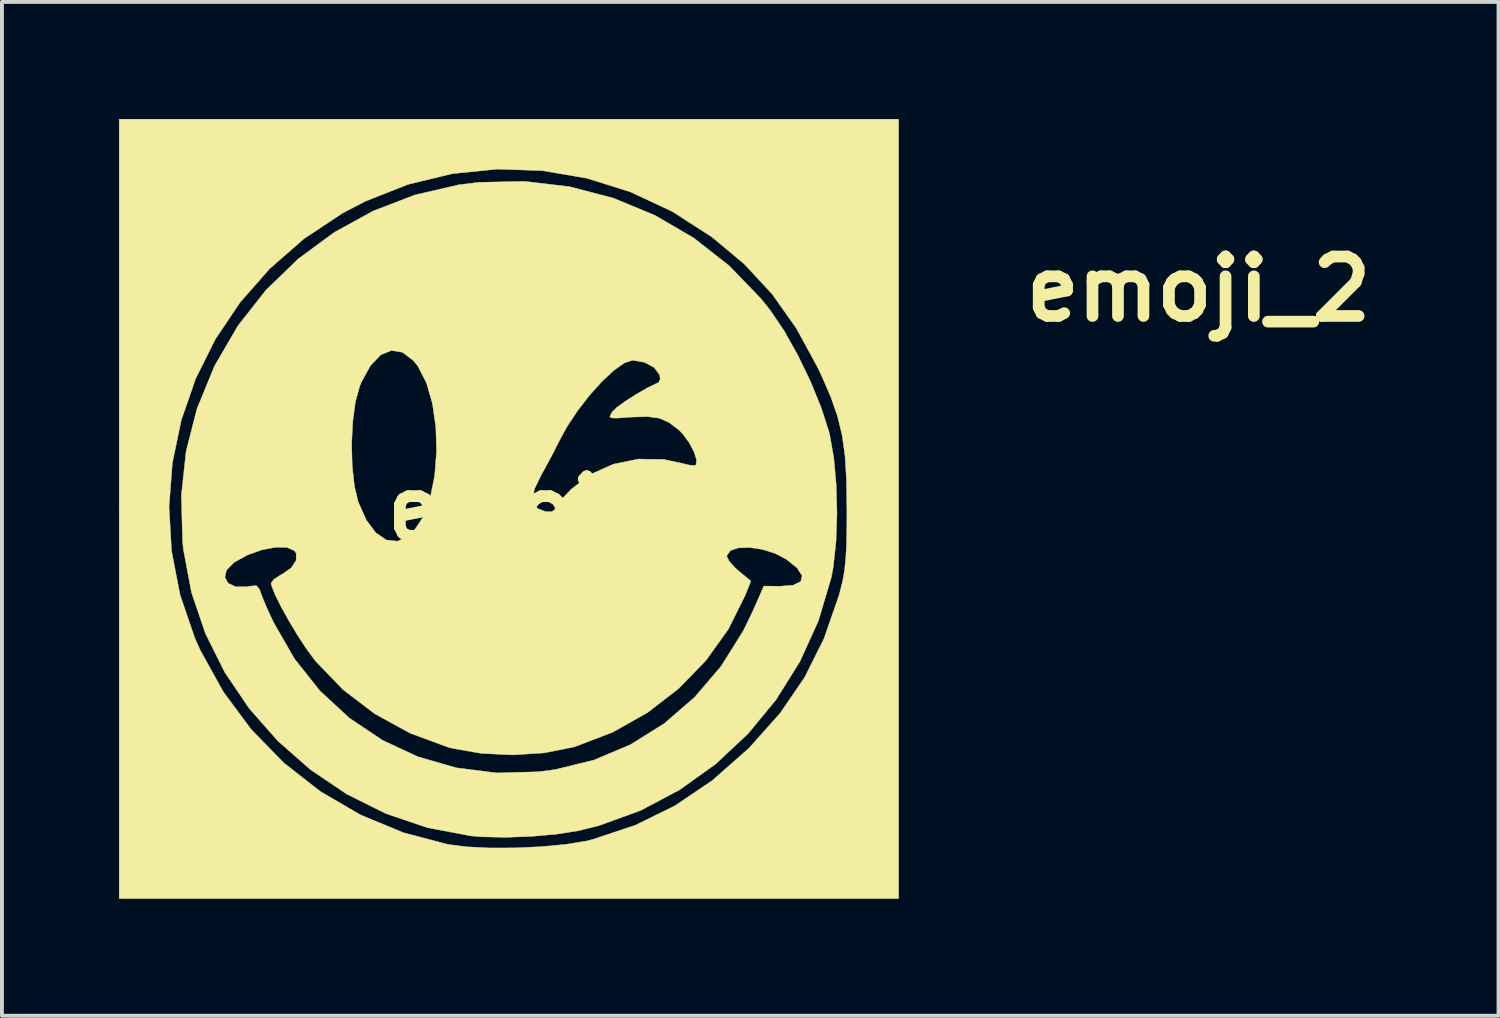
<source format=kicad_pcb>
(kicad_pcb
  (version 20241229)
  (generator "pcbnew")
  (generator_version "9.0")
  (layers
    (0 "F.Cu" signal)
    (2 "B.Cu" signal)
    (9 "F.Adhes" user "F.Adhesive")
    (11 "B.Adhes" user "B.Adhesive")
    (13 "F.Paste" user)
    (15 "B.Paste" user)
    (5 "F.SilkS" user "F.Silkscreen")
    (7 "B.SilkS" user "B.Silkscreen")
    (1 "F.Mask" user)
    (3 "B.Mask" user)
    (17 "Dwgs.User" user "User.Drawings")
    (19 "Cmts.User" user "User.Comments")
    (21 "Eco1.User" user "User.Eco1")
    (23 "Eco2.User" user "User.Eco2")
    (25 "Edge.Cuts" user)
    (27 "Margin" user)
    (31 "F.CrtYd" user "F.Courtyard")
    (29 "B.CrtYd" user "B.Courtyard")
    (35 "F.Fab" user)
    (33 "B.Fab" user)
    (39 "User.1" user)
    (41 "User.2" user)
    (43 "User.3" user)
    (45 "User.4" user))
  (footprint "emoji"
    (layer "F.Cu")
    (at 9.996 9.996)
    (property "Reference" "emoji" (at 0 0 0) (layer "F.SilkS") (effects (font (size 1.524 1.524) (thickness 0.3))))
    (attr through_hole)
    (fp_poly (pts (xy 9.991 9.991) (xy -9.991 9.991) (xy -9.991 -0.052) (xy -8.712 -0.052) (xy -8.648 1.078) (xy -8.43 2.203) (xy -8.053 3.306) (xy -7.913 3.621) (xy -7.32 4.692) (xy -6.601 5.66) (xy -5.767 6.514) (xy -4.832 7.245) (xy -3.806 7.844) (xy -2.701 8.302) (xy -1.566 8.601) (xy -1.086 8.663) (xy -0.492 8.693) (xy 0.162 8.691) (xy 0.825 8.66) (xy 1.445 8.602) (xy 1.97 8.518) (xy 2.137 8.478) (xy 3.238 8.111) (xy 4.256 7.611) (xy 5.21 6.967) (xy 6.118 6.167) (xy 6.184 6.102) (xy 6.958 5.233) (xy 7.583 4.318) (xy 8.078 3.326) (xy 8.46 2.226) (xy 8.487 2.129) (xy 8.556 1.854) (xy 8.605 1.581) (xy 8.637 1.273) (xy 8.656 0.894) (xy 8.665 0.407) (xy 8.666 0) (xy 8.655 -0.738) (xy 8.618 -1.35) (xy 8.545 -1.879) (xy 8.427 -2.369) (xy 8.256 -2.862) (xy 8.023 -3.401) (xy 7.917 -3.624) (xy 7.369 -4.631) (xy 6.751 -5.504) (xy 6.04 -6.272) (xy 5.213 -6.964) (xy 5.209 -6.967) (xy 4.19 -7.623) (xy 3.115 -8.126) (xy 1.999 -8.476) (xy 0.856 -8.671) (xy -0.298 -8.71) (xy -1.449 -8.593) (xy -2.582 -8.319) (xy -3.682 -7.885) (xy -4.258 -7.585) (xy -5.253 -6.926) (xy -6.133 -6.157) (xy -6.892 -5.293) (xy -7.526 -4.348) (xy -8.03 -3.337) (xy -8.398 -2.275) (xy -8.627 -1.175) (xy -8.712 -0.052) (xy -9.991 -0.052) (xy -9.991 -9.991) (xy 9.991 -9.991) (xy 9.991 9.991)) (stroke (width 0.01) (type solid)) (fill yes) (layer "F.SilkS"))
    (fp_poly (pts (xy 1.555 -8.261) (xy 2.674 -7.969) (xy 3.74 -7.528) (xy 4.737 -6.947) (xy 5.651 -6.231) (xy 6.464 -5.388) (xy 6.709 -5.08) (xy 7.059 -4.562) (xy 7.41 -3.936) (xy 7.736 -3.26) (xy 8.009 -2.59) (xy 8.204 -1.984) (xy 8.224 -1.905) (xy 8.33 -1.311) (xy 8.392 -0.616) (xy 8.412 0.122) (xy 8.387 0.842) (xy 8.317 1.487) (xy 8.267 1.756) (xy 7.937 2.867) (xy 7.462 3.914) (xy 6.855 4.885) (xy 6.13 5.766) (xy 5.299 6.543) (xy 4.377 7.203) (xy 3.376 7.733) (xy 2.31 8.12) (xy 1.778 8.252) (xy 1.22 8.34) (xy 0.573 8.397) (xy -0.091 8.421) (xy -0.701 8.407) (xy -0.974 8.384) (xy -2.089 8.173) (xy -3.154 7.812) (xy -4.156 7.313) (xy -5.083 6.688) (xy -5.921 5.952) (xy -6.658 5.116) (xy -7.282 4.193) (xy -7.779 3.197) (xy -8.138 2.14) (xy -8.21 1.756) (xy -7.281 1.756) (xy -7.194 1.909) (xy -6.998 1.999) (xy -6.712 1.996) (xy -6.641 1.981) (xy -6.471 1.968) (xy -6.39 2.065) (xy -6.376 2.11) (xy -6.317 2.273) (xy -6.206 2.536) (xy -6.063 2.846) (xy -6.038 2.9) (xy -5.498 3.842) (xy -4.844 4.665) (xy -4.088 5.363) (xy -3.244 5.929) (xy -2.325 6.357) (xy -1.343 6.639) (xy -0.311 6.769) (xy 0.758 6.74) (xy 1.185 6.683) (xy 2.185 6.438) (xy 3.122 6.041) (xy 3.985 5.501) (xy 4.762 4.829) (xy 5.442 4.033) (xy 6.01 3.124) (xy 6.255 2.619) (xy 6.537 1.978) (xy 6.947 1.984) (xy 7.293 1.955) (xy 7.483 1.861) (xy 7.517 1.712) (xy 7.391 1.517) (xy 7.122 1.298) (xy 6.826 1.142) (xy 6.497 1.039) (xy 6.172 0.991) (xy 5.888 1) (xy 5.681 1.068) (xy 5.59 1.196) (xy 5.588 1.219) (xy 5.649 1.343) (xy 5.804 1.514) (xy 5.896 1.596) (xy 6.204 1.85) (xy 6.059 2.216) (xy 5.627 3.085) (xy 5.052 3.887) (xy 4.354 4.606) (xy 3.553 5.224) (xy 2.668 5.723) (xy 1.718 6.088) (xy 1.634 6.112) (xy 0.906 6.256) (xy 0.103 6.308) (xy -0.707 6.269) (xy -1.455 6.138) (xy -1.562 6.109) (xy -2.531 5.752) (xy -3.436 5.255) (xy -4.251 4.635) (xy -4.949 3.91) (xy -4.998 3.849) (xy -5.203 3.568) (xy -5.426 3.227) (xy -5.645 2.86) (xy -5.841 2.506) (xy -5.994 2.198) (xy -6.082 1.975) (xy -6.096 1.901) (xy -6.027 1.809) (xy -5.855 1.696) (xy -5.807 1.672) (xy -5.58 1.513) (xy -5.454 1.322) (xy -5.452 1.141) (xy -5.498 1.072) (xy -5.69 0.988) (xy -5.984 0.984) (xy -6.335 1.052) (xy -6.702 1.183) (xy -7.041 1.37) (xy -7.048 1.375) (xy -7.239 1.569) (xy -7.281 1.756) (xy -8.21 1.756) (xy -8.345 1.035) (xy -8.365 0.841) (xy -8.397 -0.347) (xy -8.275 -1.476) (xy -8.227 -1.666) (xy -4.031 -1.666) (xy -4.016 -1.096) (xy -3.959 -0.579) (xy -3.864 -0.183) (xy -3.656 0.284) (xy -3.411 0.613) (xy -3.141 0.797) (xy -2.86 0.829) (xy -2.579 0.704) (xy -2.448 0.585) (xy -2.199 0.21) (xy -2.032 -0.241) (xy 0.603 -0.241) (xy 0.675 -0.058) (xy 0.741 -0.007) (xy 0.935 0.068) (xy 1.103 0.073) (xy 1.184 0.008) (xy 1.185 -0.004) (xy 1.241 -0.105) (xy 1.388 -0.284) (xy 1.593 -0.5) (xy 2.092 -0.884) (xy 2.679 -1.146) (xy 3.317 -1.277) (xy 3.969 -1.268) (xy 4.397 -1.177) (xy 4.62 -1.124) (xy 4.769 -1.114) (xy 4.793 -1.124) (xy 4.813 -1.251) (xy 4.747 -1.46) (xy 4.619 -1.702) (xy 4.452 -1.928) (xy 4.354 -2.027) (xy 4.104 -2.216) (xy 3.854 -2.325) (xy 3.55 -2.366) (xy 3.14 -2.353) (xy 3.079 -2.349) (xy 2.786 -2.327) (xy 2.633 -2.33) (xy 2.588 -2.365) (xy 2.622 -2.443) (xy 2.649 -2.486) (xy 2.771 -2.604) (xy 2.997 -2.767) (xy 3.276 -2.945) (xy 3.562 -3.108) (xy 3.806 -3.226) (xy 3.842 -3.24) (xy 3.88 -3.33) (xy 3.862 -3.441) (xy 3.725 -3.623) (xy 3.479 -3.756) (xy 3.181 -3.81) (xy 3.171 -3.81) (xy 2.961 -3.741) (xy 2.691 -3.55) (xy 2.384 -3.264) (xy 2.064 -2.908) (xy 1.755 -2.508) (xy 1.481 -2.091) (xy 1.3 -1.758) (xy 1.124 -1.411) (xy 0.926 -1.041) (xy 0.84 -0.889) (xy 0.658 -0.515) (xy 0.603 -0.241) (xy -2.032 -0.241) (xy -2.017 -0.282) (xy -1.902 -0.857) (xy -1.854 -1.476) (xy -1.873 -2.103) (xy -1.96 -2.701) (xy -2.114 -3.232) (xy -2.335 -3.661) (xy -2.448 -3.802) (xy -2.728 -4.014) (xy -3.01 -4.061) (xy -3.285 -3.948) (xy -3.544 -3.68) (xy -3.776 -3.26) (xy -3.824 -3.145) (xy -3.934 -2.744) (xy -4.003 -2.233) (xy -4.031 -1.666) (xy -8.227 -1.666) (xy -7.996 -2.568) (xy -7.555 -3.643) (xy -7.533 -3.688) (xy -6.945 -4.696) (xy -6.23 -5.606) (xy -5.403 -6.407) (xy -4.479 -7.088) (xy -3.474 -7.64) (xy -2.404 -8.05) (xy -1.283 -8.309) (xy -0.775 -8.372) (xy 0.4 -8.397) (xy 1.555 -8.261)) (stroke (width 0.01) (type solid)) (fill yes) (layer "F.SilkS")))
  (footprint "emoji_2"
    (layer "F.Cu")
    (at 27.68 4.361)
    (property "Reference" "emoji_2" (at 0 0 0) (layer "F.SilkS") (effects (font (size 1.524 1.524) (thickness 0.3))))
    (attr through_hole)
    (fp_poly (pts (xy -1.287 -1.962) (xy -1.172 -1.838) (xy -1.073 -1.656) (xy -0.996 -1.421) (xy -0.945 -1.137) (xy -0.927 -0.808) (xy -0.927 -0.804) (xy -0.944 -0.487) (xy -0.992 -0.207) (xy -1.066 0.03) (xy -1.162 0.216) (xy -1.275 0.347) (xy -1.4 0.415) (xy -1.533 0.414) (xy -1.668 0.337) (xy -1.727 0.279) (xy -1.845 0.115) (xy -1.928 -0.075) (xy -1.98 -0.307) (xy -2.005 -0.596) (xy -2.009 -0.826) (xy -2.005 -1.063) (xy -1.994 -1.239) (xy -1.973 -1.376) (xy -1.94 -1.498) (xy -1.912 -1.573) (xy -1.799 -1.799) (xy -1.674 -1.948) (xy -1.544 -2.021) (xy -1.413 -2.025) (xy -1.287 -1.962)) (stroke (width 0.01) (type solid)) (fill yes) (layer "F.Mask"))
    (fp_poly (pts (xy 1.735 -1.88) (xy 1.859 -1.814) (xy 1.93 -1.724) (xy 1.931 -1.721) (xy 1.938 -1.646) (xy 1.921 -1.62) (xy 1.806 -1.567) (xy 1.665 -1.489) (xy 1.523 -1.4) (xy 1.403 -1.316) (xy 1.331 -1.251) (xy 1.325 -1.243) (xy 1.297 -1.195) (xy 1.302 -1.169) (xy 1.357 -1.163) (xy 1.475 -1.169) (xy 1.539 -1.174) (xy 1.753 -1.184) (xy 1.91 -1.167) (xy 2.037 -1.117) (xy 2.16 -1.027) (xy 2.177 -1.013) (xy 2.266 -0.914) (xy 2.342 -0.794) (xy 2.393 -0.678) (xy 2.408 -0.59) (xy 2.396 -0.562) (xy 2.344 -0.557) (xy 2.243 -0.576) (xy 2.198 -0.589) (xy 1.879 -0.643) (xy 1.553 -0.625) (xy 1.24 -0.538) (xy 0.959 -0.386) (xy 0.796 -0.25) (xy 0.694 -0.141) (xy 0.62 -0.052) (xy 0.593 -0.002) (xy 0.559 0.034) (xy 0.479 0.036) (xy 0.382 0.003) (xy 0.37 -0.003) (xy 0.309 -0.078) (xy 0.31 -0.195) (xy 0.375 -0.361) (xy 0.42 -0.445) (xy 0.514 -0.614) (xy 0.611 -0.8) (xy 0.65 -0.879) (xy 0.765 -1.085) (xy 0.906 -1.294) (xy 1.063 -1.49) (xy 1.222 -1.662) (xy 1.373 -1.797) (xy 1.503 -1.882) (xy 1.586 -1.905) (xy 1.735 -1.88)) (stroke (width 0.01) (type solid)) (fill yes) (layer "F.Mask"))
    (fp_poly (pts (xy -2.848 0.493) (xy -2.75 0.535) (xy -2.749 0.536) (xy -2.718 0.618) (xy -2.754 0.713) (xy -2.846 0.803) (xy -2.903 0.836) (xy -2.997 0.891) (xy -3.046 0.942) (xy -3.048 0.951) (xy -3.03 1.007) (xy -2.982 1.119) (xy -2.913 1.264) (xy -2.886 1.319) (xy -2.619 1.763) (xy -2.299 2.15) (xy -1.931 2.479) (xy -1.526 2.746) (xy -1.089 2.949) (xy -0.631 3.085) (xy -0.157 3.15) (xy 0.322 3.143) (xy 0.8 3.059) (xy 1.268 2.898) (xy 1.41 2.831) (xy 1.826 2.582) (xy 2.209 2.272) (xy 2.545 1.914) (xy 2.823 1.523) (xy 3.029 1.11) (xy 3.03 1.108) (xy 3.102 0.925) (xy 2.948 0.798) (xy 2.856 0.71) (xy 2.801 0.634) (xy 2.794 0.61) (xy 2.83 0.541) (xy 2.927 0.503) (xy 3.064 0.495) (xy 3.225 0.514) (xy 3.391 0.562) (xy 3.542 0.636) (xy 3.561 0.649) (xy 3.701 0.764) (xy 3.76 0.86) (xy 3.739 0.934) (xy 3.639 0.979) (xy 3.473 0.992) (xy 3.268 0.989) (xy 3.127 1.309) (xy 2.874 1.791) (xy 2.561 2.218) (xy 2.197 2.587) (xy 1.787 2.891) (xy 1.336 3.127) (xy 0.852 3.289) (xy 0.593 3.342) (xy 0.334 3.369) (xy 0.036 3.38) (xy -0.263 3.373) (xy -0.524 3.349) (xy -0.565 3.342) (xy -1.067 3.216) (xy -1.537 3.014) (xy -1.968 2.741) (xy -2.356 2.402) (xy -2.692 2.002) (xy -2.972 1.545) (xy -3.019 1.45) (xy -3.091 1.293) (xy -3.151 1.156) (xy -3.185 1.064) (xy -3.188 1.055) (xy -3.222 0.99) (xy -3.294 0.984) (xy -3.321 0.99) (xy -3.472 1.004) (xy -3.58 0.967) (xy -3.636 0.896) (xy -3.63 0.805) (xy -3.551 0.708) (xy -3.524 0.688) (xy -3.355 0.594) (xy -3.172 0.527) (xy -2.996 0.492) (xy -2.848 0.493)) (stroke (width 0.01) (type solid)) (fill yes) (layer "F.Mask"))
    (fp_poly (pts (xy 0.692 -4.3) (xy 1.258 -4.167) (xy 1.808 -3.957) (xy 2.333 -3.67) (xy 2.605 -3.483) (xy 3.019 -3.138) (xy 3.374 -2.754) (xy 3.683 -2.318) (xy 3.958 -1.814) (xy 3.959 -1.812) (xy 4.088 -1.529) (xy 4.185 -1.276) (xy 4.253 -1.033) (xy 4.298 -0.778) (xy 4.322 -0.49) (xy 4.332 -0.147) (xy 4.333 0) (xy 4.331 0.29) (xy 4.326 0.514) (xy 4.314 0.69) (xy 4.295 0.836) (xy 4.268 0.971) (xy 4.244 1.065) (xy 4.057 1.62) (xy 3.814 2.12) (xy 3.507 2.58) (xy 3.127 3.015) (xy 3.092 3.051) (xy 2.639 3.457) (xy 2.164 3.784) (xy 1.658 4.039) (xy 1.111 4.228) (xy 1.068 4.239) (xy 0.832 4.286) (xy 0.537 4.32) (xy 0.211 4.341) (xy -0.121 4.348) (xy -0.433 4.339) (xy -0.698 4.315) (xy -0.783 4.301) (xy -1.367 4.145) (xy -1.918 3.914) (xy -2.43 3.613) (xy -2.897 3.245) (xy -3.312 2.817) (xy -3.67 2.331) (xy -3.956 1.811) (xy -4.168 1.263) (xy -4.3 0.704) (xy -4.354 0.138) (xy -4.342 -0.198) (xy -4.197 -0.198) (xy -4.185 0.395) (xy -4.182 0.421) (xy -4.092 0.977) (xy -3.926 1.51) (xy -3.688 2.013) (xy -3.387 2.481) (xy -3.028 2.907) (xy -2.617 3.285) (xy -2.161 3.607) (xy -1.666 3.868) (xy -1.138 4.061) (xy -0.584 4.179) (xy -0.487 4.192) (xy -0.21 4.209) (xy 0.112 4.207) (xy 0.445 4.187) (xy 0.752 4.151) (xy 0.889 4.126) (xy 1.435 3.969) (xy 1.952 3.738) (xy 2.433 3.438) (xy 2.871 3.077) (xy 3.26 2.66) (xy 3.593 2.196) (xy 3.863 1.69) (xy 4.064 1.149) (xy 4.133 0.878) (xy 4.179 0.585) (xy 4.203 0.239) (xy 4.204 -0.129) (xy 4.183 -0.491) (xy 4.14 -0.816) (xy 4.112 -0.953) (xy 4.022 -1.249) (xy 3.89 -1.581) (xy 3.729 -1.92) (xy 3.555 -2.238) (xy 3.379 -2.507) (xy 3.355 -2.54) (xy 2.967 -2.982) (xy 2.526 -3.361) (xy 2.04 -3.675) (xy 1.518 -3.919) (xy 0.966 -4.09) (xy 0.394 -4.185) (xy -0.191 -4.199) (xy -0.388 -4.186) (xy -0.957 -4.092) (xy -1.504 -3.92) (xy -2.022 -3.674) (xy -2.502 -3.362) (xy -2.938 -2.987) (xy -3.322 -2.556) (xy -3.645 -2.073) (xy -3.767 -1.844) (xy -3.99 -1.307) (xy -4.133 -0.761) (xy -4.197 -0.198) (xy -4.342 -0.198) (xy -4.334 -0.425) (xy -4.24 -0.979) (xy -4.076 -1.516) (xy -3.843 -2.03) (xy -3.545 -2.513) (xy -3.184 -2.957) (xy -2.761 -3.356) (xy -2.28 -3.703) (xy -2.129 -3.793) (xy -1.591 -4.052) (xy -1.032 -4.232) (xy -0.461 -4.333) (xy 0.117 -4.356) (xy 0.692 -4.3)) (stroke (width 0.01) (type solid)) (fill yes) (layer "F.Mask")))
  (gr_rect
    (start -3 -3)
    (end 35.368 22.991)
    (stroke (width 0.1) (type default))
    (fill no)
    (layer "Edge.Cuts")))
</source>
